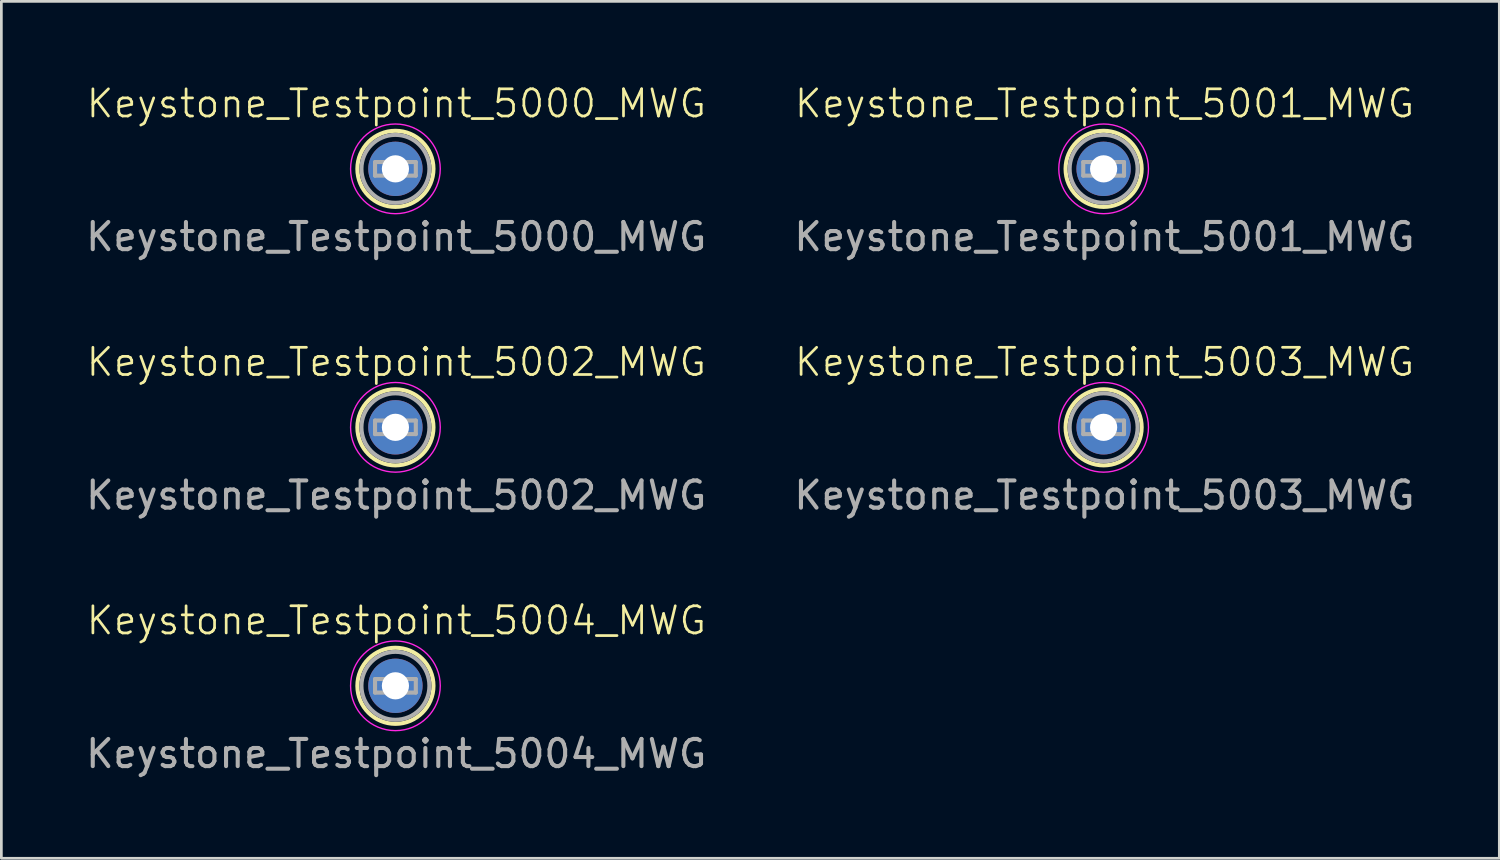
<source format=kicad_pcb>
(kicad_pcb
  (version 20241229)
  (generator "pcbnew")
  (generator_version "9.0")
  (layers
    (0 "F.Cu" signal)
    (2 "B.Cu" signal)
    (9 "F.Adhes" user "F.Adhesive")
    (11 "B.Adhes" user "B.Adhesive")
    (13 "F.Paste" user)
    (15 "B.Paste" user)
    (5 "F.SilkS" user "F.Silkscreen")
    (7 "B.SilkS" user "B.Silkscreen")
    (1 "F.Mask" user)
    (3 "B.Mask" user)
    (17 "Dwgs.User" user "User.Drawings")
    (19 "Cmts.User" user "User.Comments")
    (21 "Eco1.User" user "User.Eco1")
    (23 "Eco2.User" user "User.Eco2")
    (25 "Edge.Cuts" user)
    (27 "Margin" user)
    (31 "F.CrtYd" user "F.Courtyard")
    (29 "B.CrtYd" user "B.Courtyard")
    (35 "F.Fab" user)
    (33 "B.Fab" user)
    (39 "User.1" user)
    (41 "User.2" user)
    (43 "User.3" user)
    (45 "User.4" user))
  (footprint "Keystone_Testpoint_5000_MWG"
    (layer "F.Cu")
    (at 11.53 3.163)
    (property "Reference" "Keystone_Testpoint_5000_MWG" (at 0.005 -2.402 0) (unlocked yes) (layer "F.SilkS") (effects (font (size 1 1) (thickness 0.1))))
    (attr smd)
    (fp_circle (center -0.03 0) (end 1.37 0) (stroke (width 0.15) (type solid)) (fill no) (layer "F.SilkS"))
    (fp_circle (center -0.03 0) (end 1.62 0) (stroke (width 0.05) (type solid)) (fill no) (layer "F.CrtYd"))
    (fp_line (start -0.78 -0.25) (end 0.72 -0.25) (stroke (width 0.15) (type solid)) (layer "F.Fab"))
    (fp_line (start -0.78 0.25) (end -0.78 -0.25) (stroke (width 0.15) (type solid)) (layer "F.Fab"))
    (fp_line (start 0.72 -0.25) (end 0.72 0.25) (stroke (width 0.15) (type solid)) (layer "F.Fab"))
    (fp_line (start 0.72 0.25) (end -0.78 0.25) (stroke (width 0.15) (type solid)) (layer "F.Fab"))
    (fp_circle (center -0.03 0) (end 1.22 0) (stroke (width 0.15) (type solid)) (fill no) (layer "F.Fab"))
    (fp_text user "${REFERENCE}" (at 0 2.5 0) (unlocked yes) (layer "F.Fab") (effects (font (size 1 1) (thickness 0.15))))
    (pad "1" thru_hole circle (at -0.03 0) (size 2 2) (drill 1) (layers "*.Cu" "*.Mask")))
  (footprint "Keystone_Testpoint_5002_MWG"
    (layer "F.Cu")
    (at 11.53 12.674)
    (property "Reference" "Keystone_Testpoint_5002_MWG" (at 0.005 -2.402 0) (unlocked yes) (layer "F.SilkS") (effects (font (size 1 1) (thickness 0.1))))
    (attr smd)
    (fp_circle (center -0.03 0) (end 1.37 0) (stroke (width 0.15) (type solid)) (fill no) (layer "F.SilkS"))
    (fp_circle (center -0.03 0) (end 1.62 0) (stroke (width 0.05) (type solid)) (fill no) (layer "F.CrtYd"))
    (fp_line (start -0.78 -0.25) (end 0.72 -0.25) (stroke (width 0.15) (type solid)) (layer "F.Fab"))
    (fp_line (start -0.78 0.25) (end -0.78 -0.25) (stroke (width 0.15) (type solid)) (layer "F.Fab"))
    (fp_line (start 0.72 -0.25) (end 0.72 0.25) (stroke (width 0.15) (type solid)) (layer "F.Fab"))
    (fp_line (start 0.72 0.25) (end -0.78 0.25) (stroke (width 0.15) (type solid)) (layer "F.Fab"))
    (fp_circle (center -0.03 0) (end 1.22 0) (stroke (width 0.15) (type solid)) (fill no) (layer "F.Fab"))
    (fp_text user "${REFERENCE}" (at 0 2.5 0) (unlocked yes) (layer "F.Fab") (effects (font (size 1 1) (thickness 0.15))))
    (pad "1" thru_hole circle (at -0.03 0) (size 2 2) (drill 1) (layers "*.Cu" "*.Mask")))
  (footprint "Keystone_Testpoint_5004_MWG"
    (layer "F.Cu")
    (at 11.53 22.185)
    (property "Reference" "Keystone_Testpoint_5004_MWG" (at 0.005 -2.402 0) (unlocked yes) (layer "F.SilkS") (effects (font (size 1 1) (thickness 0.1))))
    (attr smd)
    (fp_circle (center -0.03 0) (end 1.37 0) (stroke (width 0.15) (type solid)) (fill no) (layer "F.SilkS"))
    (fp_circle (center -0.03 0) (end 1.62 0) (stroke (width 0.05) (type solid)) (fill no) (layer "F.CrtYd"))
    (fp_line (start -0.78 -0.25) (end 0.72 -0.25) (stroke (width 0.15) (type solid)) (layer "F.Fab"))
    (fp_line (start -0.78 0.25) (end -0.78 -0.25) (stroke (width 0.15) (type solid)) (layer "F.Fab"))
    (fp_line (start 0.72 -0.25) (end 0.72 0.25) (stroke (width 0.15) (type solid)) (layer "F.Fab"))
    (fp_line (start 0.72 0.25) (end -0.78 0.25) (stroke (width 0.15) (type solid)) (layer "F.Fab"))
    (fp_circle (center -0.03 0) (end 1.22 0) (stroke (width 0.15) (type solid)) (fill no) (layer "F.Fab"))
    (fp_text user "${REFERENCE}" (at 0 2.5 0) (unlocked yes) (layer "F.Fab") (effects (font (size 1 1) (thickness 0.15))))
    (pad "1" thru_hole circle (at -0.03 0) (size 2 2) (drill 1) (layers "*.Cu" "*.Mask")))
  (footprint "Keystone_Testpoint_5003_MWG"
    (layer "F.Cu")
    (at 37.589 12.674)
    (property "Reference" "Keystone_Testpoint_5003_MWG" (at 0.005 -2.402 0) (unlocked yes) (layer "F.SilkS") (effects (font (size 1 1) (thickness 0.1))))
    (attr smd)
    (fp_circle (center -0.03 0) (end 1.37 0) (stroke (width 0.15) (type solid)) (fill no) (layer "F.SilkS"))
    (fp_circle (center -0.03 0) (end 1.62 0) (stroke (width 0.05) (type solid)) (fill no) (layer "F.CrtYd"))
    (fp_line (start -0.78 -0.25) (end 0.72 -0.25) (stroke (width 0.15) (type solid)) (layer "F.Fab"))
    (fp_line (start -0.78 0.25) (end -0.78 -0.25) (stroke (width 0.15) (type solid)) (layer "F.Fab"))
    (fp_line (start 0.72 -0.25) (end 0.72 0.25) (stroke (width 0.15) (type solid)) (layer "F.Fab"))
    (fp_line (start 0.72 0.25) (end -0.78 0.25) (stroke (width 0.15) (type solid)) (layer "F.Fab"))
    (fp_circle (center -0.03 0) (end 1.22 0) (stroke (width 0.15) (type solid)) (fill no) (layer "F.Fab"))
    (fp_text user "${REFERENCE}" (at 0 2.5 0) (unlocked yes) (layer "F.Fab") (effects (font (size 1 1) (thickness 0.15))))
    (pad "1" thru_hole circle (at -0.03 0) (size 2 2) (drill 1) (layers "*.Cu" "*.Mask")))
  (footprint "Keystone_Testpoint_5001_MWG"
    (layer "F.Cu")
    (at 37.589 3.163)
    (property "Reference" "Keystone_Testpoint_5001_MWG" (at 0.005 -2.402 0) (unlocked yes) (layer "F.SilkS") (effects (font (size 1 1) (thickness 0.1))))
    (attr smd)
    (fp_circle (center -0.03 0) (end 1.37 0) (stroke (width 0.15) (type solid)) (fill no) (layer "F.SilkS"))
    (fp_circle (center -0.03 0) (end 1.62 0) (stroke (width 0.05) (type solid)) (fill no) (layer "F.CrtYd"))
    (fp_line (start -0.78 -0.25) (end 0.72 -0.25) (stroke (width 0.15) (type solid)) (layer "F.Fab"))
    (fp_line (start -0.78 0.25) (end -0.78 -0.25) (stroke (width 0.15) (type solid)) (layer "F.Fab"))
    (fp_line (start 0.72 -0.25) (end 0.72 0.25) (stroke (width 0.15) (type solid)) (layer "F.Fab"))
    (fp_line (start 0.72 0.25) (end -0.78 0.25) (stroke (width 0.15) (type solid)) (layer "F.Fab"))
    (fp_circle (center -0.03 0) (end 1.22 0) (stroke (width 0.15) (type solid)) (fill no) (layer "F.Fab"))
    (fp_text user "${REFERENCE}" (at 0 2.5 0) (unlocked yes) (layer "F.Fab") (effects (font (size 1 1) (thickness 0.15))))
    (pad "1" thru_hole circle (at -0.03 0) (size 2 2) (drill 1) (layers "*.Cu" "*.Mask")))
  (gr_rect
    (start -3 -3)
    (end 52.119 28.533)
    (stroke (width 0.1) (type default))
    (fill no)
    (layer "Edge.Cuts")))
</source>
